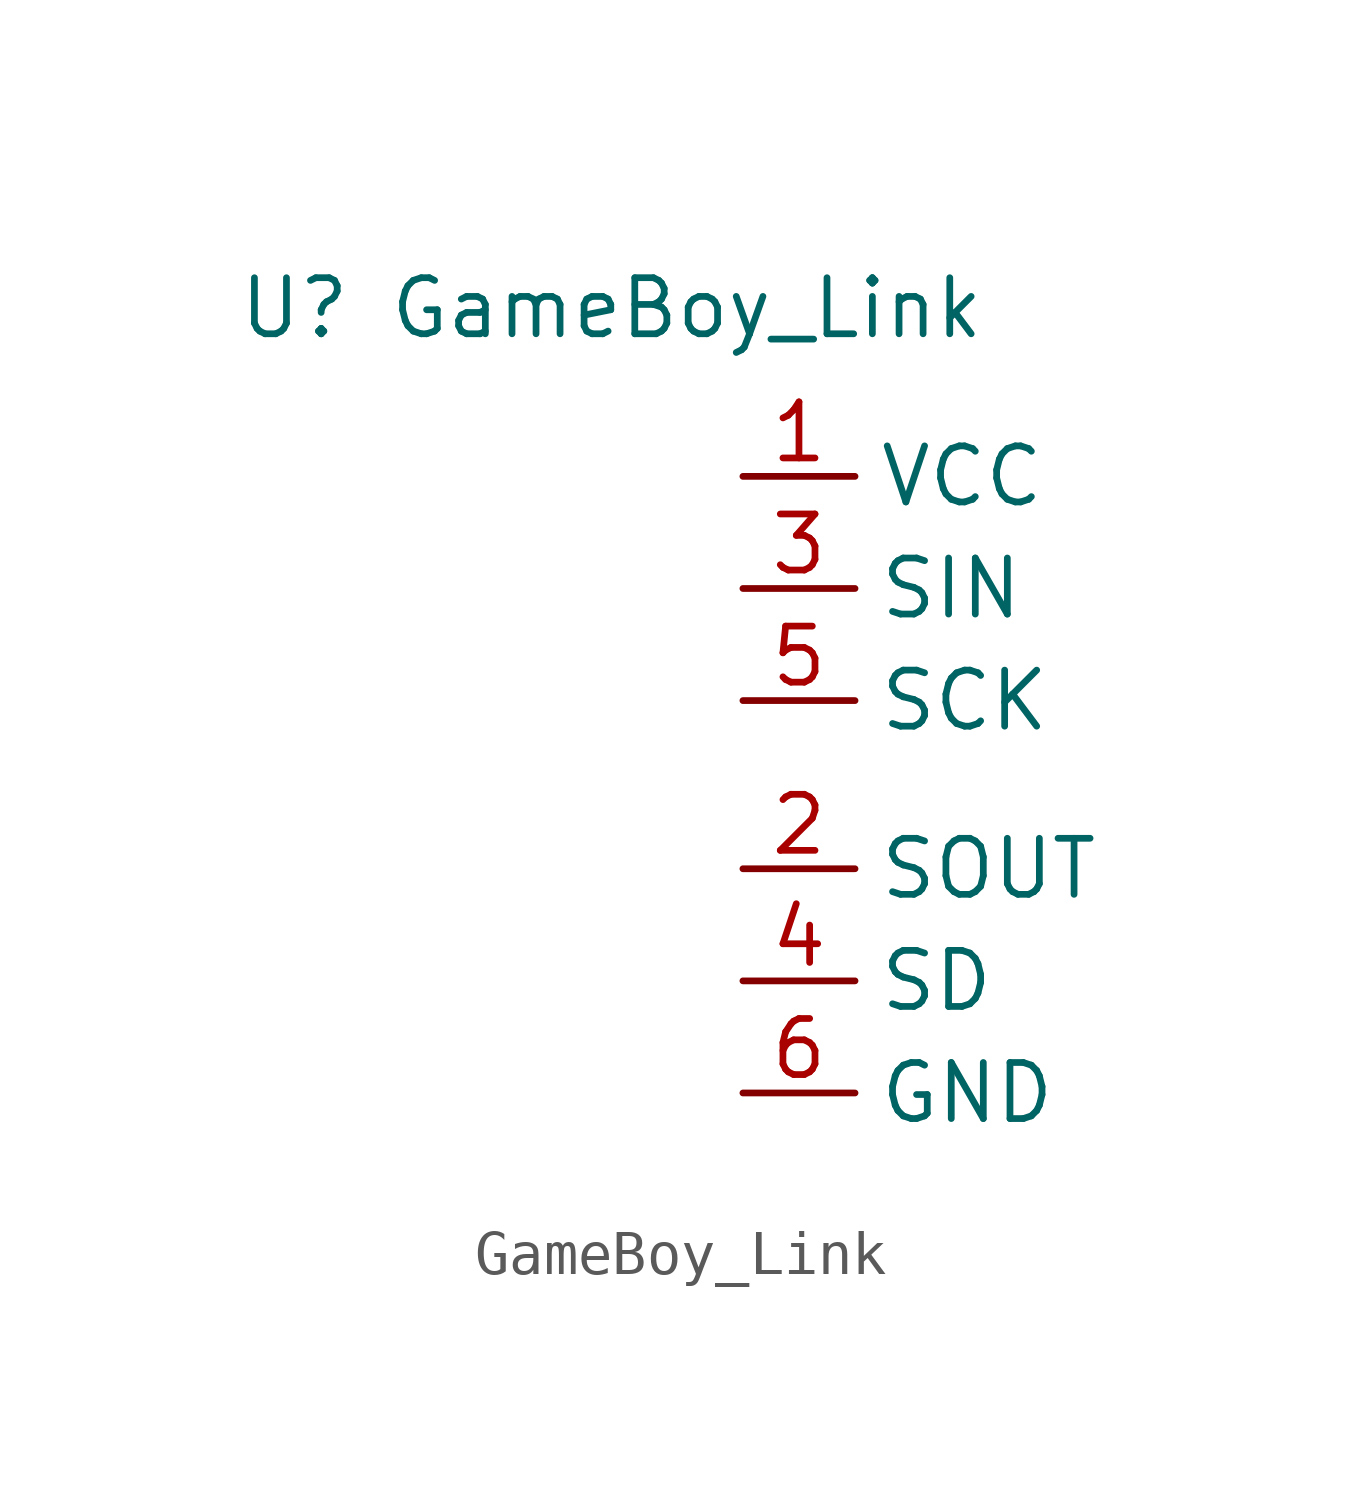
<source format=kicad_sym>
(kicad_symbol_lib
  (version 20211014)
  (generator kicad_symbol_editor)
  (symbol "GameBoy_Link"
    (property "Reference" "U"
      (at -10.16 0 0)
      (effects (font (size 1.27 1.27))))
    (property "Value" "GameBoy_Link"
      (at -1.27 0 0)
      (effects (font (size 1.27 1.27))))
    (symbol "GameBoy_Link_1_1"
      (pin bidirectional line (at 0 -3.81 0) (length 2.54) (name "VCC" (effects (font (size 1.27 1.27)))) (number "1" (effects (font (size 1.27 1.27)))))
      (pin output line (at 0 -12.7 0) (length 2.54) (name "SOUT" (effects (font (size 1.27 1.27)))) (number "2" (effects (font (size 1.27 1.27)))))
      (pin input line (at 0 -6.35 0) (length 2.54) (name "SIN" (effects (font (size 1.27 1.27)))) (number "3" (effects (font (size 1.27 1.27)))))
      (pin bidirectional line (at 0 -15.24 0) (length 2.54) (name "SD" (effects (font (size 1.27 1.27)))) (number "4" (effects (font (size 1.27 1.27)))))
      (pin bidirectional line (at 0 -8.89 0) (length 2.54) (name "SCK" (effects (font (size 1.27 1.27)))) (number "5" (effects (font (size 1.27 1.27)))))
      (pin bidirectional line (at 0 -17.78 0) (length 2.54) (name "GND" (effects (font (size 1.27 1.27)))) (number "6" (effects (font (size 1.27 1.27))))))))
</source>
